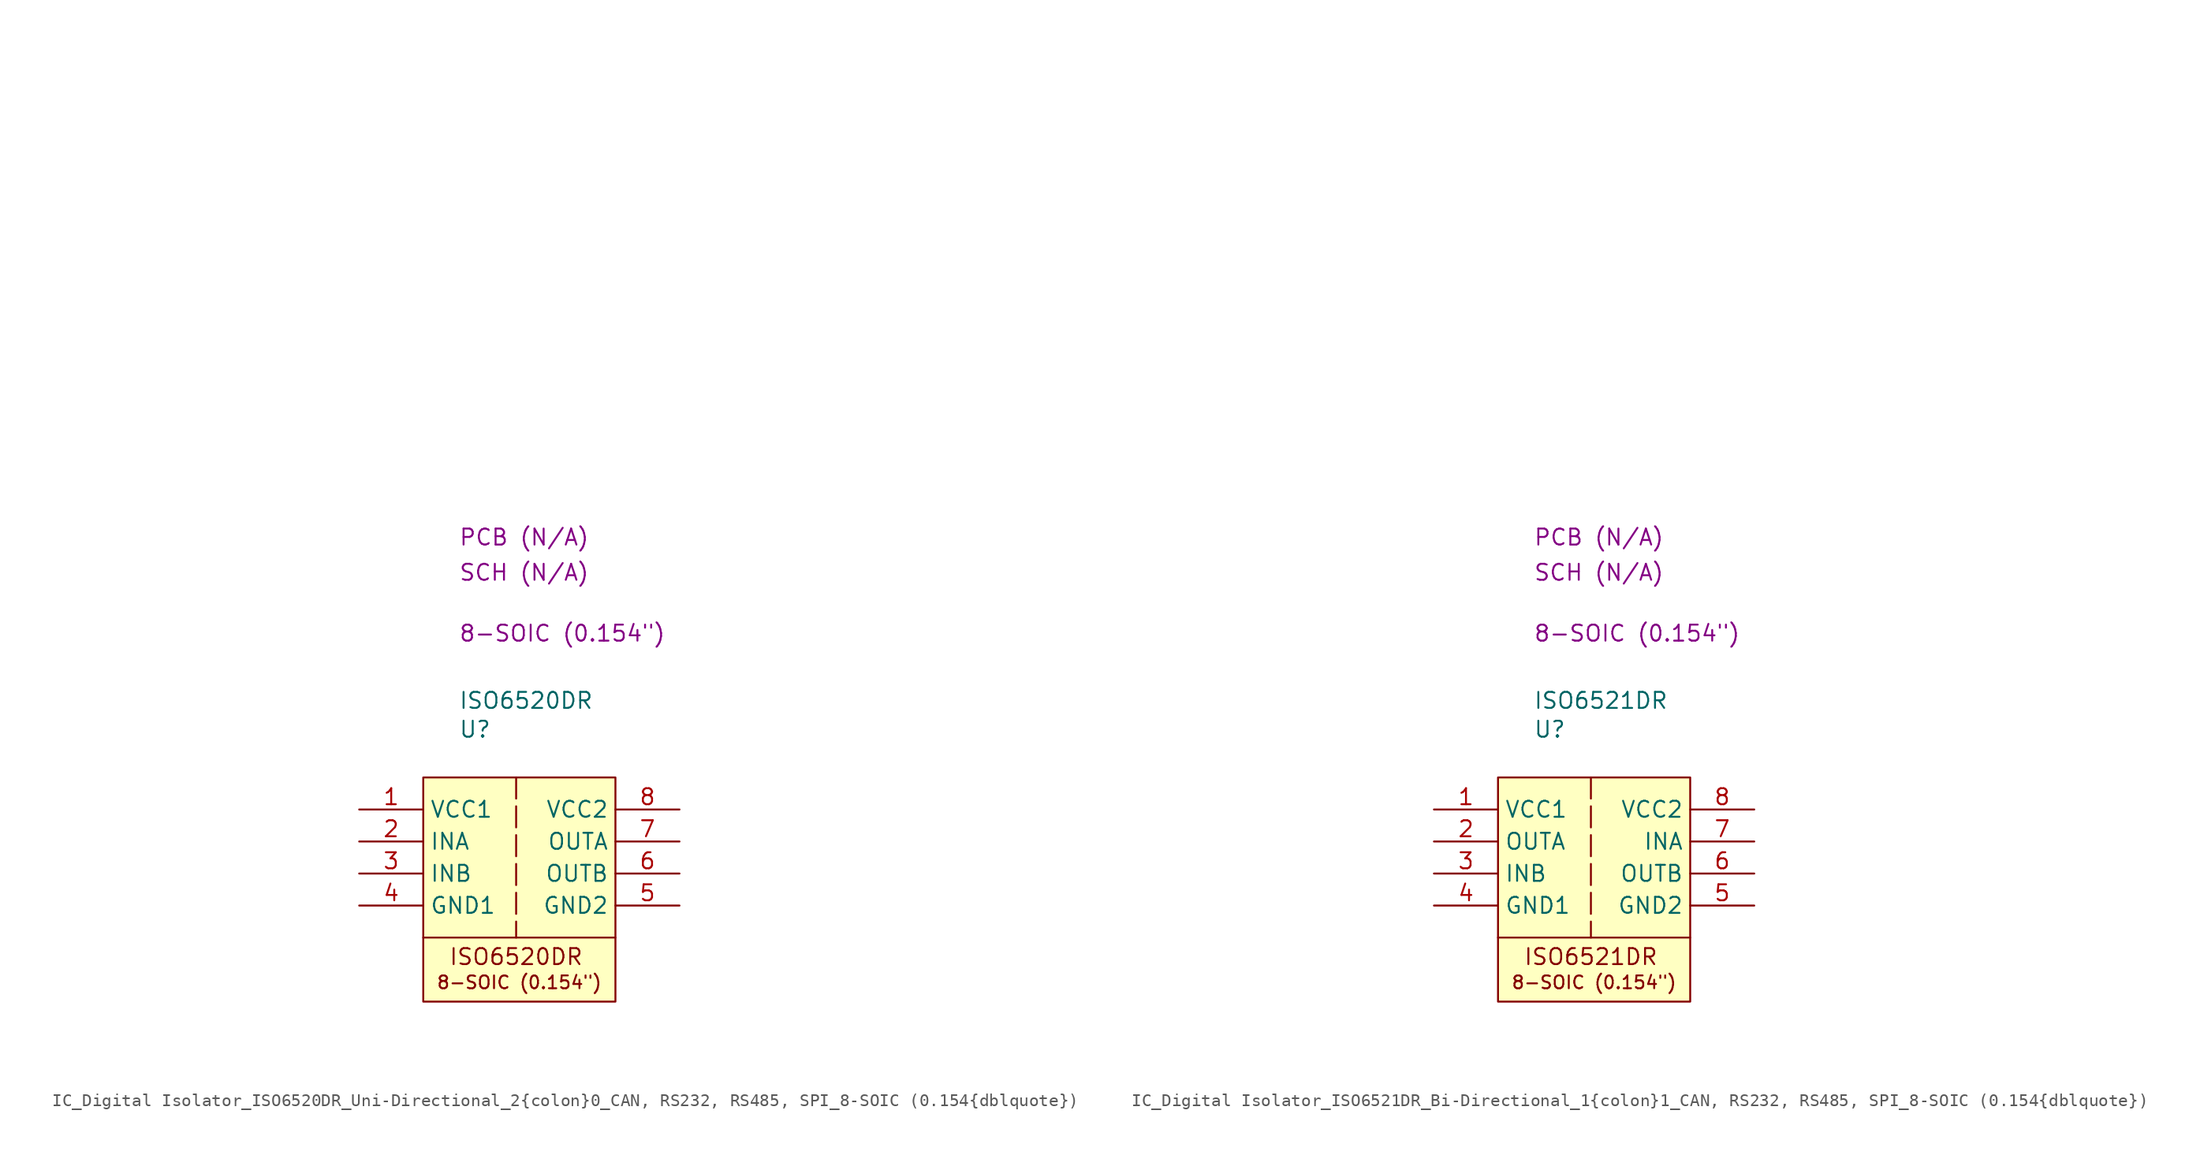
<source format=kicad_sym>
(kicad_symbol_lib
  (version 20231120)
  (generator "kicad_symbol_editor")
  (generator_version "8.0")
  (symbol "IC_Digital Isolator_ISO6520DR_Uni-Directional_2{colon}0_CAN, RS232, RS485, SPI_8-SOIC (0.154{dblquote})"
    (property "Reference" "U"
      (at 2.794 3.81 0)
      (effects (font (size 1.27 1.27)) (justify left)))
    (property "Value" "ISO6520DR"
      (at 2.794 6.096 0)
      (effects (font (size 1.27 1.27)) (justify left)))
    (property "Package" "8-SOIC (0.154\")"
      (at 2.794 11.43 0)
      (effects (font (size 1.27 1.27)) (justify left)))
    (property "SCH CHECK" "SCH (N/A)"
      (at 2.794 16.256 0)
      (effects (font (size 1.27 1.27)) (justify left)))
    (property "PCB CHECk" "PCB (N/A)"
      (at 2.794 19.05 0)
      (effects (font (size 1.27 1.27)) (justify left)))
    (symbol "IC_Digital Isolator_ISO6520DR_Uni-Directional_2{colon}0_CAN, RS232, RS485, SPI_8-SOIC (0.154{dblquote})_0_1"
      (polyline private (pts (xy 2.54 2.54) (xy 27.94 2.54)) (stroke (width 0) (type default)) (fill (type none)))
      (polyline private (pts (xy 2.54 5.08) (xy 27.94 5.08)) (stroke (width 0) (type default)) (fill (type none)))
      (polyline private (pts (xy 2.54 7.62) (xy 27.94 7.62)) (stroke (width 0) (type default)) (fill (type none)))
      (polyline private (pts (xy 2.54 10.16) (xy 27.94 10.16)) (stroke (width 0) (type default)) (fill (type none)))
      (polyline private (pts (xy 2.54 12.7) (xy 27.94 12.7)) (stroke (width 0) (type default)) (fill (type none)))
      (polyline private (pts (xy 2.54 15.24) (xy 27.94 15.24)) (stroke (width 0) (type default)) (fill (type none)))
      (polyline private (pts (xy 2.54 17.78) (xy 27.94 17.78)) (stroke (width 0) (type default)) (fill (type none)))
      (polyline private (pts (xy 2.54 20.32) (xy 27.94 20.32)) (stroke (width 0) (type default)) (fill (type none)))
      (polyline private (pts (xy 2.54 22.86) (xy 27.94 22.86)) (stroke (width 0) (type default)) (fill (type none)))
      (polyline private (pts (xy 2.54 25.4) (xy 27.94 25.4)) (stroke (width 0) (type default)) (fill (type none)))
      (polyline private (pts (xy 2.54 27.94) (xy 27.94 27.94)) (stroke (width 0) (type default)) (fill (type none)))
      (polyline private (pts (xy 2.54 30.48) (xy 27.94 30.48)) (stroke (width 0) (type default)) (fill (type none)))
      (polyline private (pts (xy 2.54 33.02) (xy 27.94 33.02)) (stroke (width 0) (type default)) (fill (type none)))
      (polyline private (pts (xy 2.54 35.56) (xy 27.94 35.56)) (stroke (width 0) (type default)) (fill (type none)))
      (polyline private (pts (xy 2.54 38.1) (xy 27.94 38.1)) (stroke (width 0) (type default)) (fill (type none)))
      (polyline private (pts (xy 2.54 40.64) (xy 27.94 40.64)) (stroke (width 0) (type default)) (fill (type none)))
      (polyline private (pts (xy 2.54 43.18) (xy 27.94 43.18)) (stroke (width 0) (type default)) (fill (type none)))
      (polyline private (pts (xy 2.54 45.72) (xy 27.94 45.72)) (stroke (width 0) (type default)) (fill (type none)))
      (polyline private (pts (xy 2.54 48.26) (xy 27.94 48.26)) (stroke (width 0) (type default)) (fill (type none)))
      (polyline private (pts (xy 2.54 50.8) (xy 27.94 50.8)) (stroke (width 0) (type default)) (fill (type none))))
    (symbol "IC_Digital Isolator_ISO6520DR_Uni-Directional_2{colon}0_CAN, RS232, RS485, SPI_8-SOIC (0.154{dblquote})_1_1"
      (polyline (pts (xy 0 -12.7) (xy 15.24 -12.7)) (stroke (width 0) (type default)) (fill (type none)))
      (polyline (pts (xy 7.366 0) (xy 7.366 -12.7)) (stroke (width 0) (type dash)) (fill (type none)))
      (rectangle (start 0 0) (end 15.24 -17.78) (stroke (width 0) (type default)) (fill (type background)))
      (text "8-SOIC (0.154\")" (at 7.62 -16.256 0) (effects (font (size 1.016 1.016))))
      (text "ISO6520DR" (at 7.366 -14.224 0) (effects (font (size 1.27 1.27))))
      (pin passive line (at -5.08 -2.54 0) (length 5.08) (name "VCC1" (effects (font (size 1.27 1.27)))) (number "1" (effects (font (size 1.27 1.27)))))
      (pin passive line (at -5.08 -5.08 0) (length 5.08) (name "INA" (effects (font (size 1.27 1.27)))) (number "2" (effects (font (size 1.27 1.27)))))
      (pin passive line (at -5.08 -7.62 0) (length 5.08) (name "INB" (effects (font (size 1.27 1.27)))) (number "3" (effects (font (size 1.27 1.27)))))
      (pin passive line (at -5.08 -10.16 0) (length 5.08) (name "GND1" (effects (font (size 1.27 1.27)))) (number "4" (effects (font (size 1.27 1.27)))))
      (pin passive line (at 20.32 -10.16 180) (length 5.08) (name "GND2" (effects (font (size 1.27 1.27)))) (number "5" (effects (font (size 1.27 1.27)))))
      (pin passive line (at 20.32 -7.62 180) (length 5.08) (name "OUTB" (effects (font (size 1.27 1.27)))) (number "6" (effects (font (size 1.27 1.27)))))
      (pin passive line (at 20.32 -5.08 180) (length 5.08) (name "OUTA" (effects (font (size 1.27 1.27)))) (number "7" (effects (font (size 1.27 1.27)))))
      (pin passive line (at 20.32 -2.54 180) (length 5.08) (name "VCC2" (effects (font (size 1.27 1.27)))) (number "8" (effects (font (size 1.27 1.27)))))))
  (symbol "IC_Digital Isolator_ISO6521DR_Bi-Directional_1{colon}1_CAN, RS232, RS485, SPI_8-SOIC (0.154{dblquote})"
    (property "Reference" "U"
      (at 2.794 3.81 0)
      (effects (font (size 1.27 1.27)) (justify left)))
    (property "Value" "ISO6521DR"
      (at 2.794 6.096 0)
      (effects (font (size 1.27 1.27)) (justify left)))
    (property "Package" "8-SOIC (0.154\")"
      (at 2.794 11.43 0)
      (effects (font (size 1.27 1.27)) (justify left)))
    (property "SCH CHECK" "SCH (N/A)"
      (at 2.794 16.256 0)
      (effects (font (size 1.27 1.27)) (justify left)))
    (property "PCB CHECk" "PCB (N/A)"
      (at 2.794 19.05 0)
      (effects (font (size 1.27 1.27)) (justify left)))
    (symbol "IC_Digital Isolator_ISO6521DR_Bi-Directional_1{colon}1_CAN, RS232, RS485, SPI_8-SOIC (0.154{dblquote})_0_1"
      (polyline private (pts (xy 2.54 2.54) (xy 27.94 2.54)) (stroke (width 0) (type default)) (fill (type none)))
      (polyline private (pts (xy 2.54 5.08) (xy 27.94 5.08)) (stroke (width 0) (type default)) (fill (type none)))
      (polyline private (pts (xy 2.54 7.62) (xy 27.94 7.62)) (stroke (width 0) (type default)) (fill (type none)))
      (polyline private (pts (xy 2.54 10.16) (xy 27.94 10.16)) (stroke (width 0) (type default)) (fill (type none)))
      (polyline private (pts (xy 2.54 12.7) (xy 27.94 12.7)) (stroke (width 0) (type default)) (fill (type none)))
      (polyline private (pts (xy 2.54 15.24) (xy 27.94 15.24)) (stroke (width 0) (type default)) (fill (type none)))
      (polyline private (pts (xy 2.54 17.78) (xy 27.94 17.78)) (stroke (width 0) (type default)) (fill (type none)))
      (polyline private (pts (xy 2.54 20.32) (xy 27.94 20.32)) (stroke (width 0) (type default)) (fill (type none)))
      (polyline private (pts (xy 2.54 22.86) (xy 27.94 22.86)) (stroke (width 0) (type default)) (fill (type none)))
      (polyline private (pts (xy 2.54 25.4) (xy 27.94 25.4)) (stroke (width 0) (type default)) (fill (type none)))
      (polyline private (pts (xy 2.54 27.94) (xy 27.94 27.94)) (stroke (width 0) (type default)) (fill (type none)))
      (polyline private (pts (xy 2.54 30.48) (xy 27.94 30.48)) (stroke (width 0) (type default)) (fill (type none)))
      (polyline private (pts (xy 2.54 33.02) (xy 27.94 33.02)) (stroke (width 0) (type default)) (fill (type none)))
      (polyline private (pts (xy 2.54 35.56) (xy 27.94 35.56)) (stroke (width 0) (type default)) (fill (type none)))
      (polyline private (pts (xy 2.54 38.1) (xy 27.94 38.1)) (stroke (width 0) (type default)) (fill (type none)))
      (polyline private (pts (xy 2.54 40.64) (xy 27.94 40.64)) (stroke (width 0) (type default)) (fill (type none)))
      (polyline private (pts (xy 2.54 43.18) (xy 27.94 43.18)) (stroke (width 0) (type default)) (fill (type none)))
      (polyline private (pts (xy 2.54 45.72) (xy 27.94 45.72)) (stroke (width 0) (type default)) (fill (type none)))
      (polyline private (pts (xy 2.54 48.26) (xy 27.94 48.26)) (stroke (width 0) (type default)) (fill (type none)))
      (polyline private (pts (xy 2.54 50.8) (xy 27.94 50.8)) (stroke (width 0) (type default)) (fill (type none))))
    (symbol "IC_Digital Isolator_ISO6521DR_Bi-Directional_1{colon}1_CAN, RS232, RS485, SPI_8-SOIC (0.154{dblquote})_1_1"
      (polyline (pts (xy 0 -12.7) (xy 15.24 -12.7)) (stroke (width 0) (type default)) (fill (type none)))
      (polyline (pts (xy 7.366 0) (xy 7.366 -12.7)) (stroke (width 0) (type dash)) (fill (type none)))
      (rectangle (start 0 0) (end 15.24 -17.78) (stroke (width 0) (type default)) (fill (type background)))
      (text "8-SOIC (0.154\")" (at 7.62 -16.256 0) (effects (font (size 1.016 1.016))))
      (text "ISO6521DR" (at 7.366 -14.224 0) (effects (font (size 1.27 1.27))))
      (pin passive line (at -5.08 -2.54 0) (length 5.08) (name "VCC1" (effects (font (size 1.27 1.27)))) (number "1" (effects (font (size 1.27 1.27)))))
      (pin passive line (at -5.08 -5.08 0) (length 5.08) (name "OUTA" (effects (font (size 1.27 1.27)))) (number "2" (effects (font (size 1.27 1.27)))))
      (pin passive line (at -5.08 -7.62 0) (length 5.08) (name "INB" (effects (font (size 1.27 1.27)))) (number "3" (effects (font (size 1.27 1.27)))))
      (pin passive line (at -5.08 -10.16 0) (length 5.08) (name "GND1" (effects (font (size 1.27 1.27)))) (number "4" (effects (font (size 1.27 1.27)))))
      (pin passive line (at 20.32 -10.16 180) (length 5.08) (name "GND2" (effects (font (size 1.27 1.27)))) (number "5" (effects (font (size 1.27 1.27)))))
      (pin passive line (at 20.32 -7.62 180) (length 5.08) (name "OUTB" (effects (font (size 1.27 1.27)))) (number "6" (effects (font (size 1.27 1.27)))))
      (pin passive line (at 20.32 -5.08 180) (length 5.08) (name "INA" (effects (font (size 1.27 1.27)))) (number "7" (effects (font (size 1.27 1.27)))))
      (pin passive line (at 20.32 -2.54 180) (length 5.08) (name "VCC2" (effects (font (size 1.27 1.27)))) (number "8" (effects (font (size 1.27 1.27))))))))
</source>
